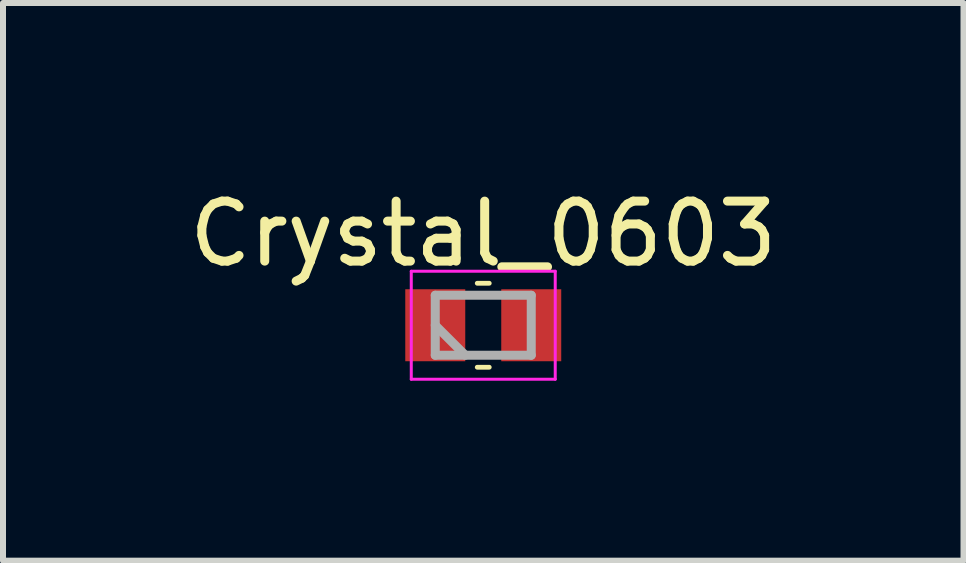
<source format=kicad_pcb>
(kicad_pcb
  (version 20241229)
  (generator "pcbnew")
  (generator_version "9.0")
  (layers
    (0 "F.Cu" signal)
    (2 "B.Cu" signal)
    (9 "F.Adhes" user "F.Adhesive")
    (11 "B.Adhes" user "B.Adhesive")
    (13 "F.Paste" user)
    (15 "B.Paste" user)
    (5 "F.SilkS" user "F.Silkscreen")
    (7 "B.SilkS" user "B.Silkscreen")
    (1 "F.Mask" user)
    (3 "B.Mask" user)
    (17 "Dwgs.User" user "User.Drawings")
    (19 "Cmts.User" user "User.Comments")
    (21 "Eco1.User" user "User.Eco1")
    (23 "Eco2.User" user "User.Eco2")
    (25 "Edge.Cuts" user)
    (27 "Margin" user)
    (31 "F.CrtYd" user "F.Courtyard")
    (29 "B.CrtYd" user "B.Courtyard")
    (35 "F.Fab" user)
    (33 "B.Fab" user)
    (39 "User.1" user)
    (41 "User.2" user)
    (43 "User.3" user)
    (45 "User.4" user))
  (footprint "Crystal_0603"
    (layer "F.Cu")
    (at 5.006 2.372)
    (property "Reference" "Crystal_0603" (at 0 -1.524 0) (unlocked yes) (layer "F.SilkS") (effects (font (size 1 1) (thickness 0.15))))
    (attr smd)
    (fp_line (start -0.1 -0.7) (end 0.1 -0.7) (stroke (width 0.08) (type solid)) (layer "F.SilkS"))
    (fp_line (start -0.1 0.7) (end 0.1 0.7) (stroke (width 0.08) (type solid)) (layer "F.SilkS"))
    (fp_line (start -1.2 -0.9) (end -1.2 0.9) (stroke (width 0.05) (type solid)) (layer "F.CrtYd"))
    (fp_line (start -1.2 0.9) (end 1.2 0.9) (stroke (width 0.05) (type solid)) (layer "F.CrtYd"))
    (fp_line (start 1.2 -0.9) (end -1.2 -0.9) (stroke (width 0.05) (type solid)) (layer "F.CrtYd"))
    (fp_line (start 1.2 0.9) (end 1.2 -0.9) (stroke (width 0.05) (type solid)) (layer "F.CrtYd"))
    (fp_line (start -0.8 -0.5) (end -0.8 0.5) (stroke (width 0.15) (type solid)) (layer "F.Fab"))
    (fp_line (start -0.8 0) (end -0.3 0.5) (stroke (width 0.15) (type solid)) (layer "F.Fab"))
    (fp_line (start -0.8 0.5) (end 0.8 0.5) (stroke (width 0.15) (type solid)) (layer "F.Fab"))
    (fp_line (start 0.8 -0.5) (end -0.8 -0.5) (stroke (width 0.15) (type solid)) (layer "F.Fab"))
    (fp_line (start 0.8 0.5) (end 0.8 -0.5) (stroke (width 0.15) (type solid)) (layer "F.Fab"))
    (pad "1" smd rect (at -0.8 0) (size 1 1.2) (layers "F.Cu" "F.Mask" "F.Paste"))
    (pad "2" smd rect (at 0.8 0) (size 1 1.2) (layers "F.Cu" "F.Mask" "F.Paste")))
  (gr_rect
    (start -3 -3)
    (end 13.012 6.297)
    (stroke (width 0.1) (type default))
    (fill no)
    (layer "Edge.Cuts")))
</source>
